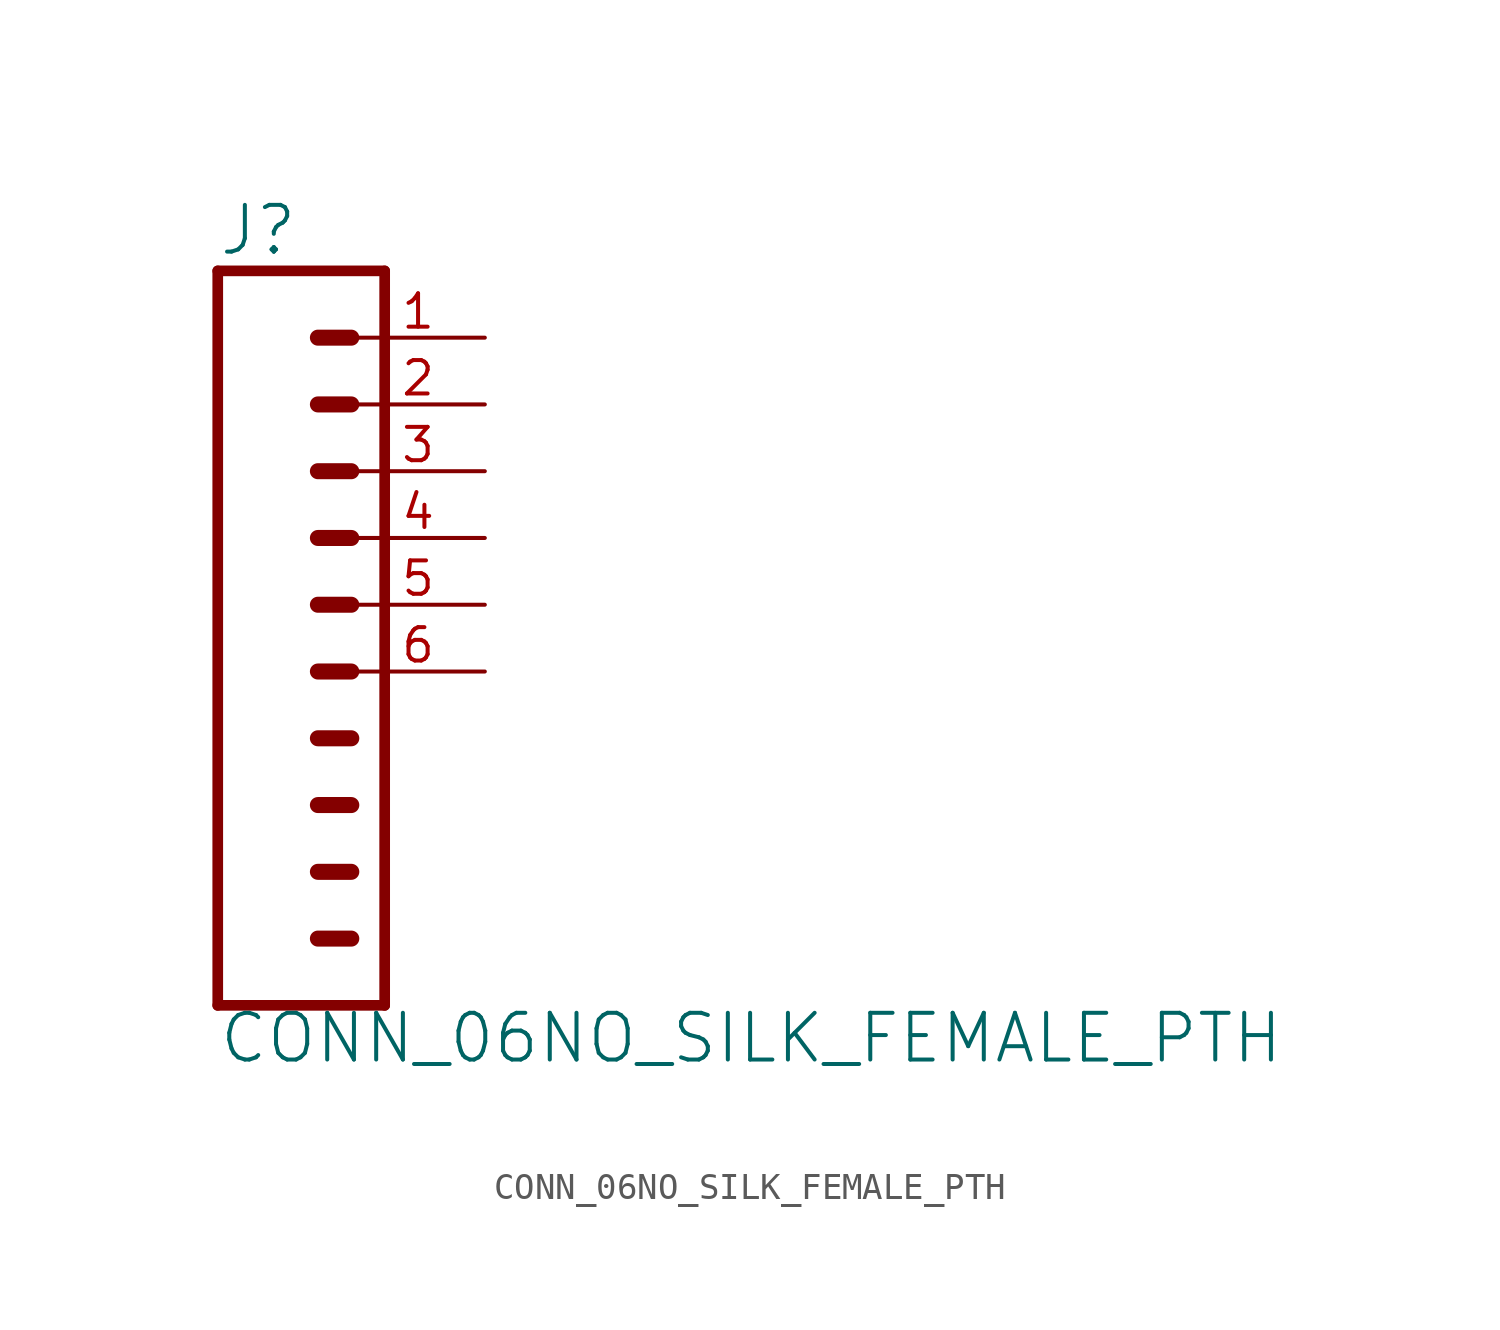
<source format=kicad_sym>
(kicad_symbol_lib
  (version 20211014)
  (generator kicad_symbol_editor)
  (symbol "CONN_06NO_SILK_FEMALE_PTH"
    (property "Reference" "J"
      (at -2.54 15.748 0)
      (effects (font (size 1.778 1.778)) (justify left bottom)))
    (property "Value" "CONN_06NO_SILK_FEMALE_PTH"
      (at -2.54 -14.986 0)
      (effects (font (size 1.778 1.778)) (justify left bottom)))
    (property "ki_locked" ""
      (at 0 0 0)
      (effects (font (size 1.27 1.27))))
    (symbol "CONN_06NO_SILK_FEMALE_PTH_1_0"
      (polyline (pts (xy -2.54 15.24) (xy -2.54 -12.7)) (stroke (width 0.406) (type default) (color 0 0 0 0)) (fill (type none)))
      (polyline (pts (xy -2.54 15.24) (xy 3.81 15.24)) (stroke (width 0.406) (type default) (color 0 0 0 0)) (fill (type none)))
      (polyline (pts (xy 1.27 -10.16) (xy 2.54 -10.16)) (stroke (width 0.61) (type default) (color 0 0 0 0)) (fill (type none)))
      (polyline (pts (xy 1.27 -7.62) (xy 2.54 -7.62)) (stroke (width 0.61) (type default) (color 0 0 0 0)) (fill (type none)))
      (polyline (pts (xy 1.27 -5.08) (xy 2.54 -5.08)) (stroke (width 0.61) (type default) (color 0 0 0 0)) (fill (type none)))
      (polyline (pts (xy 1.27 -2.54) (xy 2.54 -2.54)) (stroke (width 0.61) (type default) (color 0 0 0 0)) (fill (type none)))
      (polyline (pts (xy 1.27 0) (xy 2.54 0)) (stroke (width 0.61) (type default) (color 0 0 0 0)) (fill (type none)))
      (polyline (pts (xy 1.27 2.54) (xy 2.54 2.54)) (stroke (width 0.61) (type default) (color 0 0 0 0)) (fill (type none)))
      (polyline (pts (xy 1.27 5.08) (xy 2.54 5.08)) (stroke (width 0.61) (type default) (color 0 0 0 0)) (fill (type none)))
      (polyline (pts (xy 1.27 7.62) (xy 2.54 7.62)) (stroke (width 0.61) (type default) (color 0 0 0 0)) (fill (type none)))
      (polyline (pts (xy 1.27 10.16) (xy 2.54 10.16)) (stroke (width 0.61) (type default) (color 0 0 0 0)) (fill (type none)))
      (polyline (pts (xy 1.27 12.7) (xy 2.54 12.7)) (stroke (width 0.61) (type default) (color 0 0 0 0)) (fill (type none)))
      (polyline (pts (xy 3.81 -12.7) (xy -2.54 -12.7)) (stroke (width 0.406) (type default) (color 0 0 0 0)) (fill (type none)))
      (polyline (pts (xy 3.81 -12.7) (xy 3.81 15.24)) (stroke (width 0.406) (type default) (color 0 0 0 0)) (fill (type none)))
      (pin passive line (at 7.62 12.7 180) (length 5.08) (name "1" (effects (font (size 0 0)))) (number "1" (effects (font (size 1.27 1.27)))))
      (pin passive line (at 7.62 10.16 180) (length 5.08) (name "2" (effects (font (size 0 0)))) (number "2" (effects (font (size 1.27 1.27)))))
      (pin passive line (at 7.62 7.62 180) (length 5.08) (name "3" (effects (font (size 0 0)))) (number "3" (effects (font (size 1.27 1.27)))))
      (pin passive line (at 7.62 5.08 180) (length 5.08) (name "4" (effects (font (size 0 0)))) (number "4" (effects (font (size 1.27 1.27)))))
      (pin passive line (at 7.62 2.54 180) (length 5.08) (name "5" (effects (font (size 0 0)))) (number "5" (effects (font (size 1.27 1.27)))))
      (pin passive line (at 7.62 0 180) (length 5.08) (name "6" (effects (font (size 0 0)))) (number "6" (effects (font (size 1.27 1.27))))))))
</source>
